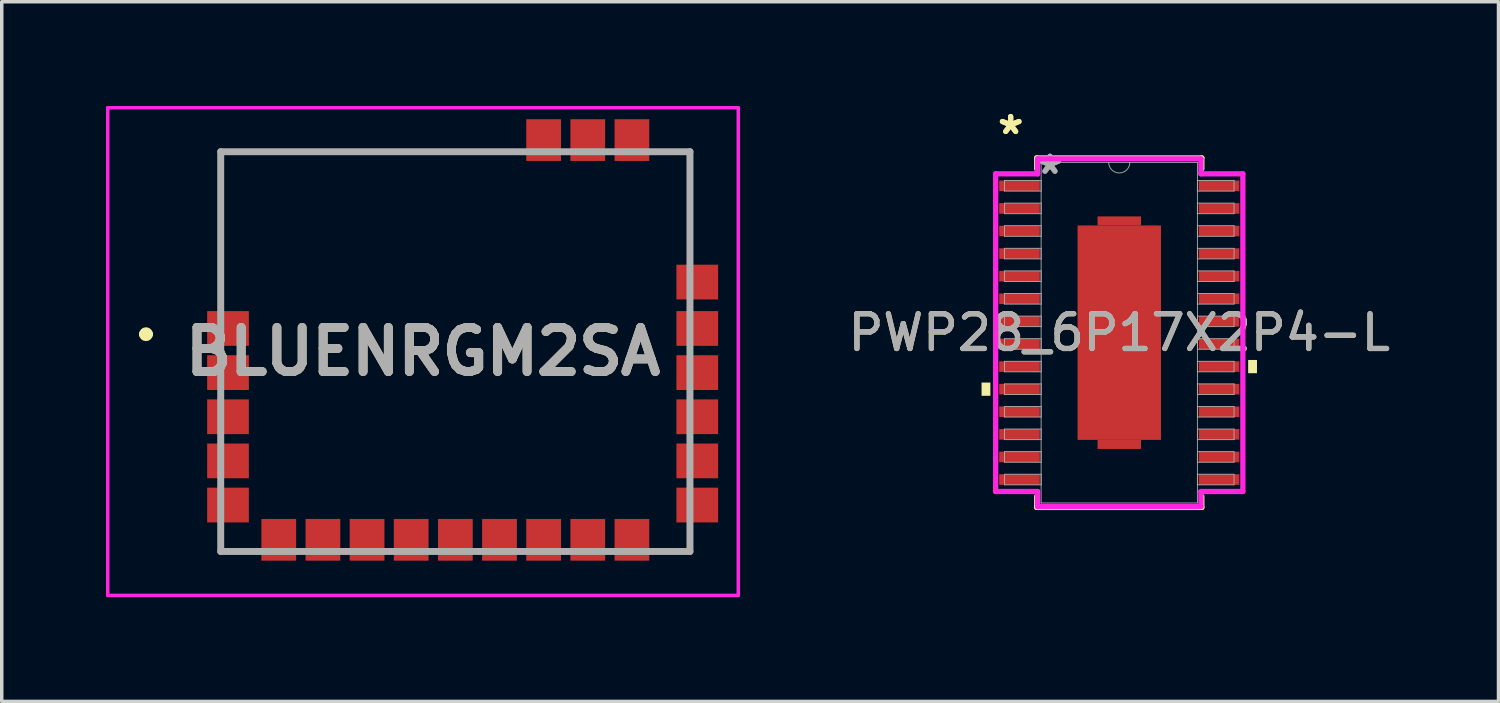
<source format=kicad_pcb>
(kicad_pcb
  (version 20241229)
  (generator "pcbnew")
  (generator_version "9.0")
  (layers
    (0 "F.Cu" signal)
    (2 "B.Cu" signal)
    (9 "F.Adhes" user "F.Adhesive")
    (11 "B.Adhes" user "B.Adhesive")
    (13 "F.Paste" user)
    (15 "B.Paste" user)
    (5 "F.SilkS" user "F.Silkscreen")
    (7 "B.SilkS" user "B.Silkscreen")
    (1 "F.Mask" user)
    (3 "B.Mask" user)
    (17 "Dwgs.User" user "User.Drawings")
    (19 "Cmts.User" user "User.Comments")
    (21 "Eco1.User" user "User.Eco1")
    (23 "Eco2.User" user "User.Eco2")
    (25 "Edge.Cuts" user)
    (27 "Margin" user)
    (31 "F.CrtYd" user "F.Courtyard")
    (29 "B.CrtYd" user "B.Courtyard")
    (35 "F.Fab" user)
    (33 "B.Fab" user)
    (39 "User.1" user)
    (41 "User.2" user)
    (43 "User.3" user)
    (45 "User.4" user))
  (footprint "PWP28_6P17X2P4-L"
    (layer "F.Cu")
    (at 29.151 6.521)
    (property "Reference" "PWP28_6P17X2P4-L" (at 0 0 0) (unlocked yes) (layer "F.SilkS") (effects (font (size 1 1) (thickness 0.15))))
    (attr smd)
    (fp_poly (pts (xy -0.625 -3.085) (xy -0.625 -3.345) (xy 0.625 -3.345) (xy 0.625 -3.085)) (stroke (width 0) (type solid)) (fill yes) (layer "F.Cu"))
    (fp_poly (pts (xy -0.625 3.085) (xy -0.625 3.345) (xy 0.625 3.345) (xy 0.625 3.085)) (stroke (width 0) (type solid)) (fill yes) (layer "F.Cu"))
    (fp_poly (pts (xy -0.625 -3.085) (xy -0.625 -3.345) (xy 0.625 -3.345) (xy 0.625 -3.085)) (stroke (width 0) (type solid)) (fill yes) (layer "F.Mask"))
    (fp_poly (pts (xy -0.625 3.085) (xy -0.625 3.345) (xy 0.625 3.345) (xy 0.625 3.085)) (stroke (width 0) (type solid)) (fill yes) (layer "F.Mask"))
    (fp_line (start -2.375 -5.027) (end -2.375 -4.71) (stroke (width 0.152) (type solid)) (layer "F.SilkS"))
    (fp_line (start -2.375 4.71) (end -2.375 5.027) (stroke (width 0.152) (type solid)) (layer "F.SilkS"))
    (fp_line (start -2.375 5.027) (end 2.375 5.027) (stroke (width 0.152) (type solid)) (layer "F.SilkS"))
    (fp_line (start 2.375 -5.027) (end -2.375 -5.027) (stroke (width 0.152) (type solid)) (layer "F.SilkS"))
    (fp_line (start 2.375 -4.71) (end 2.375 -5.027) (stroke (width 0.152) (type solid)) (layer "F.SilkS"))
    (fp_line (start 2.375 5.027) (end 2.375 4.71) (stroke (width 0.152) (type solid)) (layer "F.SilkS"))
    (fp_poly (pts (xy -3.962 1.435) (xy -3.962 1.816) (xy -3.708 1.816) (xy -3.708 1.435)) (stroke (width 0) (type solid)) (fill yes) (layer "F.SilkS"))
    (fp_poly (pts (xy 3.962 0.785) (xy 3.962 1.166) (xy 3.708 1.166) (xy 3.708 0.785)) (stroke (width 0) (type solid)) (fill yes) (layer "F.SilkS"))
    (fp_poly (pts (xy -1.1 -2.985) (xy -1.1 -1.643) (xy 1.1 -1.643) (xy 1.1 -2.985)) (stroke (width 0) (type solid)) (fill yes) (layer "F.Paste"))
    (fp_poly (pts (xy -1.1 -1.442) (xy -1.1 -0.1) (xy 1.1 -0.1) (xy 1.1 -1.442)) (stroke (width 0) (type solid)) (fill yes) (layer "F.Paste"))
    (fp_poly (pts (xy -1.1 0.1) (xy -1.1 1.442) (xy 1.1 1.442) (xy 1.1 0.1)) (stroke (width 0) (type solid)) (fill yes) (layer "F.Paste"))
    (fp_poly (pts (xy -1.1 1.643) (xy -1.1 2.985) (xy 1.1 2.985) (xy 1.1 1.643)) (stroke (width 0) (type solid)) (fill yes) (layer "F.Paste"))
    (fp_line (start -3.556 -4.57) (end -2.349 -4.57) (stroke (width 0.152) (type solid)) (layer "F.CrtYd"))
    (fp_line (start -3.556 4.57) (end -3.556 -4.57) (stroke (width 0.152) (type solid)) (layer "F.CrtYd"))
    (fp_line (start -3.556 4.57) (end -2.349 4.57) (stroke (width 0.152) (type solid)) (layer "F.CrtYd"))
    (fp_line (start -2.349 -5.002) (end 2.349 -5.002) (stroke (width 0.152) (type solid)) (layer "F.CrtYd"))
    (fp_line (start -2.349 -4.57) (end -2.349 -5.002) (stroke (width 0.152) (type solid)) (layer "F.CrtYd"))
    (fp_line (start -2.349 5.002) (end -2.349 4.57) (stroke (width 0.152) (type solid)) (layer "F.CrtYd"))
    (fp_line (start 2.349 -5.002) (end 2.349 -4.57) (stroke (width 0.152) (type solid)) (layer "F.CrtYd"))
    (fp_line (start 2.349 4.57) (end 2.349 5.002) (stroke (width 0.152) (type solid)) (layer "F.CrtYd"))
    (fp_line (start 2.349 5.002) (end -2.349 5.002) (stroke (width 0.152) (type solid)) (layer "F.CrtYd"))
    (fp_line (start 3.556 -4.57) (end 2.349 -4.57) (stroke (width 0.152) (type solid)) (layer "F.CrtYd"))
    (fp_line (start 3.556 -4.57) (end 3.556 4.57) (stroke (width 0.152) (type solid)) (layer "F.CrtYd"))
    (fp_line (start 3.556 4.57) (end 2.349 4.57) (stroke (width 0.152) (type solid)) (layer "F.CrtYd"))
    (fp_line (start -3.302 -4.377) (end -3.302 -4.073) (stroke (width 0.025) (type solid)) (layer "F.Fab"))
    (fp_line (start -3.302 -4.073) (end -2.248 -4.073) (stroke (width 0.025) (type solid)) (layer "F.Fab"))
    (fp_line (start -3.302 -3.727) (end -3.302 -3.423) (stroke (width 0.025) (type solid)) (layer "F.Fab"))
    (fp_line (start -3.302 -3.423) (end -2.248 -3.423) (stroke (width 0.025) (type solid)) (layer "F.Fab"))
    (fp_line (start -3.302 -3.077) (end -3.302 -2.773) (stroke (width 0.025) (type solid)) (layer "F.Fab"))
    (fp_line (start -3.302 -2.773) (end -2.248 -2.773) (stroke (width 0.025) (type solid)) (layer "F.Fab"))
    (fp_line (start -3.302 -2.427) (end -3.302 -2.123) (stroke (width 0.025) (type solid)) (layer "F.Fab"))
    (fp_line (start -3.302 -2.123) (end -2.248 -2.123) (stroke (width 0.025) (type solid)) (layer "F.Fab"))
    (fp_line (start -3.302 -1.777) (end -3.302 -1.473) (stroke (width 0.025) (type solid)) (layer "F.Fab"))
    (fp_line (start -3.302 -1.473) (end -2.248 -1.473) (stroke (width 0.025) (type solid)) (layer "F.Fab"))
    (fp_line (start -3.302 -1.127) (end -3.302 -0.823) (stroke (width 0.025) (type solid)) (layer "F.Fab"))
    (fp_line (start -3.302 -0.823) (end -2.248 -0.823) (stroke (width 0.025) (type solid)) (layer "F.Fab"))
    (fp_line (start -3.302 -0.477) (end -3.302 -0.173) (stroke (width 0.025) (type solid)) (layer "F.Fab"))
    (fp_line (start -3.302 -0.173) (end -2.248 -0.173) (stroke (width 0.025) (type solid)) (layer "F.Fab"))
    (fp_line (start -3.302 0.173) (end -3.302 0.477) (stroke (width 0.025) (type solid)) (layer "F.Fab"))
    (fp_line (start -3.302 0.477) (end -2.248 0.477) (stroke (width 0.025) (type solid)) (layer "F.Fab"))
    (fp_line (start -3.302 0.823) (end -3.302 1.127) (stroke (width 0.025) (type solid)) (layer "F.Fab"))
    (fp_line (start -3.302 1.127) (end -2.248 1.127) (stroke (width 0.025) (type solid)) (layer "F.Fab"))
    (fp_line (start -3.302 1.473) (end -3.302 1.777) (stroke (width 0.025) (type solid)) (layer "F.Fab"))
    (fp_line (start -3.302 1.777) (end -2.248 1.777) (stroke (width 0.025) (type solid)) (layer "F.Fab"))
    (fp_line (start -3.302 2.123) (end -3.302 2.427) (stroke (width 0.025) (type solid)) (layer "F.Fab"))
    (fp_line (start -3.302 2.427) (end -2.248 2.427) (stroke (width 0.025) (type solid)) (layer "F.Fab"))
    (fp_line (start -3.302 2.773) (end -3.302 3.077) (stroke (width 0.025) (type solid)) (layer "F.Fab"))
    (fp_line (start -3.302 3.077) (end -2.248 3.077) (stroke (width 0.025) (type solid)) (layer "F.Fab"))
    (fp_line (start -3.302 3.423) (end -3.302 3.727) (stroke (width 0.025) (type solid)) (layer "F.Fab"))
    (fp_line (start -3.302 3.727) (end -2.248 3.727) (stroke (width 0.025) (type solid)) (layer "F.Fab"))
    (fp_line (start -3.302 4.073) (end -3.302 4.377) (stroke (width 0.025) (type solid)) (layer "F.Fab"))
    (fp_line (start -3.302 4.377) (end -2.248 4.377) (stroke (width 0.025) (type solid)) (layer "F.Fab"))
    (fp_line (start -2.248 -4.9) (end -2.248 4.9) (stroke (width 0.025) (type solid)) (layer "F.Fab"))
    (fp_line (start -2.248 -4.377) (end -3.302 -4.377) (stroke (width 0.025) (type solid)) (layer "F.Fab"))
    (fp_line (start -2.248 -4.073) (end -2.248 -4.377) (stroke (width 0.025) (type solid)) (layer "F.Fab"))
    (fp_line (start -2.248 -3.727) (end -3.302 -3.727) (stroke (width 0.025) (type solid)) (layer "F.Fab"))
    (fp_line (start -2.248 -3.423) (end -2.248 -3.727) (stroke (width 0.025) (type solid)) (layer "F.Fab"))
    (fp_line (start -2.248 -3.077) (end -3.302 -3.077) (stroke (width 0.025) (type solid)) (layer "F.Fab"))
    (fp_line (start -2.248 -2.773) (end -2.248 -3.077) (stroke (width 0.025) (type solid)) (layer "F.Fab"))
    (fp_line (start -2.248 -2.427) (end -3.302 -2.427) (stroke (width 0.025) (type solid)) (layer "F.Fab"))
    (fp_line (start -2.248 -2.123) (end -2.248 -2.427) (stroke (width 0.025) (type solid)) (layer "F.Fab"))
    (fp_line (start -2.248 -1.777) (end -3.302 -1.777) (stroke (width 0.025) (type solid)) (layer "F.Fab"))
    (fp_line (start -2.248 -1.473) (end -2.248 -1.777) (stroke (width 0.025) (type solid)) (layer "F.Fab"))
    (fp_line (start -2.248 -1.127) (end -3.302 -1.127) (stroke (width 0.025) (type solid)) (layer "F.Fab"))
    (fp_line (start -2.248 -0.823) (end -2.248 -1.127) (stroke (width 0.025) (type solid)) (layer "F.Fab"))
    (fp_line (start -2.248 -0.477) (end -3.302 -0.477) (stroke (width 0.025) (type solid)) (layer "F.Fab"))
    (fp_line (start -2.248 -0.173) (end -2.248 -0.477) (stroke (width 0.025) (type solid)) (layer "F.Fab"))
    (fp_line (start -2.248 0.173) (end -3.302 0.173) (stroke (width 0.025) (type solid)) (layer "F.Fab"))
    (fp_line (start -2.248 0.477) (end -2.248 0.173) (stroke (width 0.025) (type solid)) (layer "F.Fab"))
    (fp_line (start -2.248 0.823) (end -3.302 0.823) (stroke (width 0.025) (type solid)) (layer "F.Fab"))
    (fp_line (start -2.248 1.127) (end -2.248 0.823) (stroke (width 0.025) (type solid)) (layer "F.Fab"))
    (fp_line (start -2.248 1.473) (end -3.302 1.473) (stroke (width 0.025) (type solid)) (layer "F.Fab"))
    (fp_line (start -2.248 1.777) (end -2.248 1.473) (stroke (width 0.025) (type solid)) (layer "F.Fab"))
    (fp_line (start -2.248 2.123) (end -3.302 2.123) (stroke (width 0.025) (type solid)) (layer "F.Fab"))
    (fp_line (start -2.248 2.427) (end -2.248 2.123) (stroke (width 0.025) (type solid)) (layer "F.Fab"))
    (fp_line (start -2.248 2.773) (end -3.302 2.773) (stroke (width 0.025) (type solid)) (layer "F.Fab"))
    (fp_line (start -2.248 3.077) (end -2.248 2.773) (stroke (width 0.025) (type solid)) (layer "F.Fab"))
    (fp_line (start -2.248 3.423) (end -3.302 3.423) (stroke (width 0.025) (type solid)) (layer "F.Fab"))
    (fp_line (start -2.248 3.727) (end -2.248 3.423) (stroke (width 0.025) (type solid)) (layer "F.Fab"))
    (fp_line (start -2.248 4.073) (end -3.302 4.073) (stroke (width 0.025) (type solid)) (layer "F.Fab"))
    (fp_line (start -2.248 4.377) (end -2.248 4.073) (stroke (width 0.025) (type solid)) (layer "F.Fab"))
    (fp_line (start -2.248 4.9) (end 2.248 4.9) (stroke (width 0.025) (type solid)) (layer "F.Fab"))
    (fp_line (start 2.248 -4.9) (end -2.248 -4.9) (stroke (width 0.025) (type solid)) (layer "F.Fab"))
    (fp_line (start 2.248 -4.377) (end 2.248 -4.073) (stroke (width 0.025) (type solid)) (layer "F.Fab"))
    (fp_line (start 2.248 -4.073) (end 3.302 -4.073) (stroke (width 0.025) (type solid)) (layer "F.Fab"))
    (fp_line (start 2.248 -3.727) (end 2.248 -3.423) (stroke (width 0.025) (type solid)) (layer "F.Fab"))
    (fp_line (start 2.248 -3.423) (end 3.302 -3.423) (stroke (width 0.025) (type solid)) (layer "F.Fab"))
    (fp_line (start 2.248 -3.077) (end 2.248 -2.773) (stroke (width 0.025) (type solid)) (layer "F.Fab"))
    (fp_line (start 2.248 -2.773) (end 3.302 -2.773) (stroke (width 0.025) (type solid)) (layer "F.Fab"))
    (fp_line (start 2.248 -2.427) (end 2.248 -2.123) (stroke (width 0.025) (type solid)) (layer "F.Fab"))
    (fp_line (start 2.248 -2.123) (end 3.302 -2.123) (stroke (width 0.025) (type solid)) (layer "F.Fab"))
    (fp_line (start 2.248 -1.777) (end 2.248 -1.473) (stroke (width 0.025) (type solid)) (layer "F.Fab"))
    (fp_line (start 2.248 -1.473) (end 3.302 -1.473) (stroke (width 0.025) (type solid)) (layer "F.Fab"))
    (fp_line (start 2.248 -1.127) (end 2.248 -0.823) (stroke (width 0.025) (type solid)) (layer "F.Fab"))
    (fp_line (start 2.248 -0.823) (end 3.302 -0.823) (stroke (width 0.025) (type solid)) (layer "F.Fab"))
    (fp_line (start 2.248 -0.477) (end 2.248 -0.173) (stroke (width 0.025) (type solid)) (layer "F.Fab"))
    (fp_line (start 2.248 -0.173) (end 3.302 -0.173) (stroke (width 0.025) (type solid)) (layer "F.Fab"))
    (fp_line (start 2.248 0.173) (end 2.248 0.477) (stroke (width 0.025) (type solid)) (layer "F.Fab"))
    (fp_line (start 2.248 0.477) (end 3.302 0.477) (stroke (width 0.025) (type solid)) (layer "F.Fab"))
    (fp_line (start 2.248 0.823) (end 2.248 1.127) (stroke (width 0.025) (type solid)) (layer "F.Fab"))
    (fp_line (start 2.248 1.127) (end 3.302 1.127) (stroke (width 0.025) (type solid)) (layer "F.Fab"))
    (fp_line (start 2.248 1.473) (end 2.248 1.777) (stroke (width 0.025) (type solid)) (layer "F.Fab"))
    (fp_line (start 2.248 1.777) (end 3.302 1.777) (stroke (width 0.025) (type solid)) (layer "F.Fab"))
    (fp_line (start 2.248 2.123) (end 2.248 2.427) (stroke (width 0.025) (type solid)) (layer "F.Fab"))
    (fp_line (start 2.248 2.427) (end 3.302 2.427) (stroke (width 0.025) (type solid)) (layer "F.Fab"))
    (fp_line (start 2.248 2.773) (end 2.248 3.077) (stroke (width 0.025) (type solid)) (layer "F.Fab"))
    (fp_line (start 2.248 3.077) (end 3.302 3.077) (stroke (width 0.025) (type solid)) (layer "F.Fab"))
    (fp_line (start 2.248 3.423) (end 2.248 3.727) (stroke (width 0.025) (type solid)) (layer "F.Fab"))
    (fp_line (start 2.248 3.727) (end 3.302 3.727) (stroke (width 0.025) (type solid)) (layer "F.Fab"))
    (fp_line (start 2.248 4.073) (end 2.248 4.377) (stroke (width 0.025) (type solid)) (layer "F.Fab"))
    (fp_line (start 2.248 4.377) (end 3.302 4.377) (stroke (width 0.025) (type solid)) (layer "F.Fab"))
    (fp_line (start 2.248 4.9) (end 2.248 -4.9) (stroke (width 0.025) (type solid)) (layer "F.Fab"))
    (fp_line (start 3.302 -4.377) (end 2.248 -4.377) (stroke (width 0.025) (type solid)) (layer "F.Fab"))
    (fp_line (start 3.302 -4.073) (end 3.302 -4.377) (stroke (width 0.025) (type solid)) (layer "F.Fab"))
    (fp_line (start 3.302 -3.727) (end 2.248 -3.727) (stroke (width 0.025) (type solid)) (layer "F.Fab"))
    (fp_line (start 3.302 -3.423) (end 3.302 -3.727) (stroke (width 0.025) (type solid)) (layer "F.Fab"))
    (fp_line (start 3.302 -3.077) (end 2.248 -3.077) (stroke (width 0.025) (type solid)) (layer "F.Fab"))
    (fp_line (start 3.302 -2.773) (end 3.302 -3.077) (stroke (width 0.025) (type solid)) (layer "F.Fab"))
    (fp_line (start 3.302 -2.427) (end 2.248 -2.427) (stroke (width 0.025) (type solid)) (layer "F.Fab"))
    (fp_line (start 3.302 -2.123) (end 3.302 -2.427) (stroke (width 0.025) (type solid)) (layer "F.Fab"))
    (fp_line (start 3.302 -1.777) (end 2.248 -1.777) (stroke (width 0.025) (type solid)) (layer "F.Fab"))
    (fp_line (start 3.302 -1.473) (end 3.302 -1.777) (stroke (width 0.025) (type solid)) (layer "F.Fab"))
    (fp_line (start 3.302 -1.127) (end 2.248 -1.127) (stroke (width 0.025) (type solid)) (layer "F.Fab"))
    (fp_line (start 3.302 -0.823) (end 3.302 -1.127) (stroke (width 0.025) (type solid)) (layer "F.Fab"))
    (fp_line (start 3.302 -0.477) (end 2.248 -0.477) (stroke (width 0.025) (type solid)) (layer "F.Fab"))
    (fp_line (start 3.302 -0.173) (end 3.302 -0.477) (stroke (width 0.025) (type solid)) (layer "F.Fab"))
    (fp_line (start 3.302 0.173) (end 2.248 0.173) (stroke (width 0.025) (type solid)) (layer "F.Fab"))
    (fp_line (start 3.302 0.477) (end 3.302 0.173) (stroke (width 0.025) (type solid)) (layer "F.Fab"))
    (fp_line (start 3.302 0.823) (end 2.248 0.823) (stroke (width 0.025) (type solid)) (layer "F.Fab"))
    (fp_line (start 3.302 1.127) (end 3.302 0.823) (stroke (width 0.025) (type solid)) (layer "F.Fab"))
    (fp_line (start 3.302 1.473) (end 2.248 1.473) (stroke (width 0.025) (type solid)) (layer "F.Fab"))
    (fp_line (start 3.302 1.777) (end 3.302 1.473) (stroke (width 0.025) (type solid)) (layer "F.Fab"))
    (fp_line (start 3.302 2.123) (end 2.248 2.123) (stroke (width 0.025) (type solid)) (layer "F.Fab"))
    (fp_line (start 3.302 2.427) (end 3.302 2.123) (stroke (width 0.025) (type solid)) (layer "F.Fab"))
    (fp_line (start 3.302 2.773) (end 2.248 2.773) (stroke (width 0.025) (type solid)) (layer "F.Fab"))
    (fp_line (start 3.302 3.077) (end 3.302 2.773) (stroke (width 0.025) (type solid)) (layer "F.Fab"))
    (fp_line (start 3.302 3.423) (end 2.248 3.423) (stroke (width 0.025) (type solid)) (layer "F.Fab"))
    (fp_line (start 3.302 3.727) (end 3.302 3.423) (stroke (width 0.025) (type solid)) (layer "F.Fab"))
    (fp_line (start 3.302 4.073) (end 2.248 4.073) (stroke (width 0.025) (type solid)) (layer "F.Fab"))
    (fp_line (start 3.302 4.377) (end 3.302 4.073) (stroke (width 0.025) (type solid)) (layer "F.Fab"))
    (fp_arc (start 0.3048 -4.900003) (mid 0 -4.595203) (end -0.3048 -4.900003) (stroke (width 0.0254) (type solid)) (layer "F.Fab"))
    (fp_text user "*" (at -3.124 -5.673 0) (layer "F.SilkS") (effects (font (size 1 1) (thickness 0.15))))
    (fp_text user "*" (at -3.124 -5.673 0) (unlocked yes) (layer "F.SilkS") (effects (font (size 1 1) (thickness 0.15))))
    (fp_text user "*" (at -1.994 -4.53 0) (unlocked yes) (layer "F.Fab") (effects (font (size 1 1) (thickness 0.15))))
    (fp_text user "${REFERENCE}" (at 0 0 0) (unlocked yes) (layer "F.Fab") (effects (font (size 1 1) (thickness 0.15))))
    (fp_text user "*" (at -1.994 -4.53 0) (layer "F.Fab") (effects (font (size 1 1) (thickness 0.15))))
    (pad "1" smd rect (at -2.87 -4.225) (size 1.168 0.305) (layers "F.Cu" "F.Mask" "F.Paste"))
    (pad "2" smd rect (at -2.87 -3.575) (size 1.168 0.305) (layers "F.Cu" "F.Mask" "F.Paste"))
    (pad "3" smd rect (at -2.87 -2.925) (size 1.168 0.305) (layers "F.Cu" "F.Mask" "F.Paste"))
    (pad "4" smd rect (at -2.87 -2.275) (size 1.168 0.305) (layers "F.Cu" "F.Mask" "F.Paste"))
    (pad "5" smd rect (at -2.87 -1.625) (size 1.168 0.305) (layers "F.Cu" "F.Mask" "F.Paste"))
    (pad "6" smd rect (at -2.87 -0.975) (size 1.168 0.305) (layers "F.Cu" "F.Mask" "F.Paste"))
    (pad "7" smd rect (at -2.87 -0.325) (size 1.168 0.305) (layers "F.Cu" "F.Mask" "F.Paste"))
    (pad "8" smd rect (at -2.87 0.325) (size 1.168 0.305) (layers "F.Cu" "F.Mask" "F.Paste"))
    (pad "9" smd rect (at -2.87 0.975) (size 1.168 0.305) (layers "F.Cu" "F.Mask" "F.Paste"))
    (pad "10" smd rect (at -2.87 1.625) (size 1.168 0.305) (layers "F.Cu" "F.Mask" "F.Paste"))
    (pad "11" smd rect (at -2.87 2.275) (size 1.168 0.305) (layers "F.Cu" "F.Mask" "F.Paste"))
    (pad "12" smd rect (at -2.87 2.925) (size 1.168 0.305) (layers "F.Cu" "F.Mask" "F.Paste"))
    (pad "13" smd rect (at -2.87 3.575) (size 1.168 0.305) (layers "F.Cu" "F.Mask" "F.Paste"))
    (pad "14" smd rect (at -2.87 4.225) (size 1.168 0.305) (layers "F.Cu" "F.Mask" "F.Paste"))
    (pad "15" smd rect (at 2.87 4.225) (size 1.168 0.305) (layers "F.Cu" "F.Mask" "F.Paste"))
    (pad "16" smd rect (at 2.87 3.575) (size 1.168 0.305) (layers "F.Cu" "F.Mask" "F.Paste"))
    (pad "17" smd rect (at 2.87 2.925) (size 1.168 0.305) (layers "F.Cu" "F.Mask" "F.Paste"))
    (pad "18" smd rect (at 2.87 2.275) (size 1.168 0.305) (layers "F.Cu" "F.Mask" "F.Paste"))
    (pad "19" smd rect (at 2.87 1.625) (size 1.168 0.305) (layers "F.Cu" "F.Mask" "F.Paste"))
    (pad "20" smd rect (at 2.87 0.975) (size 1.168 0.305) (layers "F.Cu" "F.Mask" "F.Paste"))
    (pad "21" smd rect (at 2.87 0.325) (size 1.168 0.305) (layers "F.Cu" "F.Mask" "F.Paste"))
    (pad "22" smd rect (at 2.87 -0.325) (size 1.168 0.305) (layers "F.Cu" "F.Mask" "F.Paste"))
    (pad "23" smd rect (at 2.87 -0.975) (size 1.168 0.305) (layers "F.Cu" "F.Mask" "F.Paste"))
    (pad "24" smd rect (at 2.87 -1.625) (size 1.168 0.305) (layers "F.Cu" "F.Mask" "F.Paste"))
    (pad "25" smd rect (at 2.87 -2.275) (size 1.168 0.305) (layers "F.Cu" "F.Mask" "F.Paste"))
    (pad "26" smd rect (at 2.87 -2.925) (size 1.168 0.305) (layers "F.Cu" "F.Mask" "F.Paste"))
    (pad "27" smd rect (at 2.87 -3.575) (size 1.168 0.305) (layers "F.Cu" "F.Mask" "F.Paste"))
    (pad "28" smd rect (at 2.87 -4.225) (size 1.168 0.305) (layers "F.Cu" "F.Mask" "F.Paste"))
    (pad "29" smd rect (at 0 0) (size 2.4 6.17) (layers "F.Cu" "F.Mask" "F.Paste")))
  (footprint "BLUENRGM2SA"
    (layer "F.Cu")
    (at 9.12 7.065)
    (property "Reference" "BLUENRGM2SA" (at 0 0 0) (layer "F.SilkS") (effects (font (size 1.27 1.27) (thickness 0.254))))
    (attr smd)
    (fp_line (start -8.07 -0.5) (end -8.07 -0.5) (stroke (width 0.2) (type solid)) (layer "F.SilkS"))
    (fp_line (start -7.87 -0.5) (end -7.87 -0.5) (stroke (width 0.2) (type solid)) (layer "F.SilkS"))
    (fp_line (start -5.82 -5.75) (end -5.82 -2) (stroke (width 0.1) (type solid)) (layer "F.SilkS"))
    (fp_line (start 1.93 -5.75) (end -5.82 -5.75) (stroke (width 0.1) (type solid)) (layer "F.SilkS"))
    (fp_arc (start -8.07 -0.5) (mid -7.97 -0.6) (end -7.87 -0.5) (stroke (width 0.2) (type solid)) (layer "F.SilkS"))
    (fp_arc (start -7.87 -0.5) (mid -7.97 -0.4) (end -8.07 -0.5) (stroke (width 0.2) (type solid)) (layer "F.SilkS"))
    (fp_line (start -9.07 -7.015) (end 9.07 -7.015) (stroke (width 0.1) (type solid)) (layer "F.CrtYd"))
    (fp_line (start -9.07 7.015) (end -9.07 -7.015) (stroke (width 0.1) (type solid)) (layer "F.CrtYd"))
    (fp_line (start 9.07 -7.015) (end 9.07 7.015) (stroke (width 0.1) (type solid)) (layer "F.CrtYd"))
    (fp_line (start 9.07 7.015) (end -9.07 7.015) (stroke (width 0.1) (type solid)) (layer "F.CrtYd"))
    (fp_line (start -5.82 -5.75) (end 7.68 -5.75) (stroke (width 0.2) (type solid)) (layer "F.Fab"))
    (fp_line (start -5.82 5.75) (end -5.82 -5.75) (stroke (width 0.2) (type solid)) (layer "F.Fab"))
    (fp_line (start 7.68 -5.75) (end 7.68 5.75) (stroke (width 0.2) (type solid)) (layer "F.Fab"))
    (fp_line (start 7.68 5.75) (end -5.82 5.75) (stroke (width 0.2) (type solid)) (layer "F.Fab"))
    (fp_text user "${REFERENCE}" (at 0 0 0) (layer "F.Fab") (effects (font (size 1.27 1.27) (thickness 0.254))))
    (pad "1" smd rect (at -5.61 -0.665 90) (size 1 1.2) (layers "F.Cu" "F.Mask" "F.Paste"))
    (pad "2" smd rect (at -5.61 0.605 90) (size 1 1.2) (layers "F.Cu" "F.Mask" "F.Paste"))
    (pad "3" smd rect (at -5.61 1.875 90) (size 1 1.2) (layers "F.Cu" "F.Mask" "F.Paste"))
    (pad "4" smd rect (at -5.61 3.145 90) (size 1 1.2) (layers "F.Cu" "F.Mask" "F.Paste"))
    (pad "5" smd rect (at -5.61 4.415 90) (size 1 1.2) (layers "F.Cu" "F.Mask" "F.Paste"))
    (pad "6" smd rect (at -4.15 5.415) (size 1 1.2) (layers "F.Cu" "F.Mask" "F.Paste"))
    (pad "7" smd rect (at -2.88 5.415) (size 1 1.2) (layers "F.Cu" "F.Mask" "F.Paste"))
    (pad "8" smd rect (at -1.61 5.415) (size 1 1.2) (layers "F.Cu" "F.Mask" "F.Paste"))
    (pad "9" smd rect (at -0.34 5.415) (size 1 1.2) (layers "F.Cu" "F.Mask" "F.Paste"))
    (pad "10" smd rect (at 0.93 5.415) (size 1 1.2) (layers "F.Cu" "F.Mask" "F.Paste"))
    (pad "11" smd rect (at 2.2 5.415) (size 1 1.2) (layers "F.Cu" "F.Mask" "F.Paste"))
    (pad "12" smd rect (at 3.47 5.415) (size 1 1.2) (layers "F.Cu" "F.Mask" "F.Paste"))
    (pad "13" smd rect (at 4.74 5.415) (size 1 1.2) (layers "F.Cu" "F.Mask" "F.Paste"))
    (pad "14" smd rect (at 6.01 5.415) (size 1 1.2) (layers "F.Cu" "F.Mask" "F.Paste"))
    (pad "15" smd rect (at 7.89 4.415 90) (size 1 1.2) (layers "F.Cu" "F.Mask" "F.Paste"))
    (pad "16" smd rect (at 7.89 3.145 90) (size 1 1.2) (layers "F.Cu" "F.Mask" "F.Paste"))
    (pad "17" smd rect (at 7.89 1.875 90) (size 1 1.2) (layers "F.Cu" "F.Mask" "F.Paste"))
    (pad "18" smd rect (at 7.89 0.605 90) (size 1 1.2) (layers "F.Cu" "F.Mask" "F.Paste"))
    (pad "19" smd rect (at 7.89 -0.665 90) (size 1 1.2) (layers "F.Cu" "F.Mask" "F.Paste"))
    (pad "20" smd rect (at 7.89 -2 90) (size 1 1.2) (layers "F.Cu" "F.Mask" "F.Paste"))
    (pad "21" smd rect (at 6.01 -6.085) (size 1 1.2) (layers "F.Cu" "F.Mask" "F.Paste"))
    (pad "22" smd rect (at 4.74 -6.085) (size 1 1.2) (layers "F.Cu" "F.Mask" "F.Paste"))
    (pad "23" smd rect (at 3.47 -6.085) (size 1 1.2) (layers "F.Cu" "F.Mask" "F.Paste")))
  (gr_rect
    (start -3 -3)
    (end 40.061 17.13)
    (stroke (width 0.1) (type default))
    (fill no)
    (layer "Edge.Cuts")))
</source>
